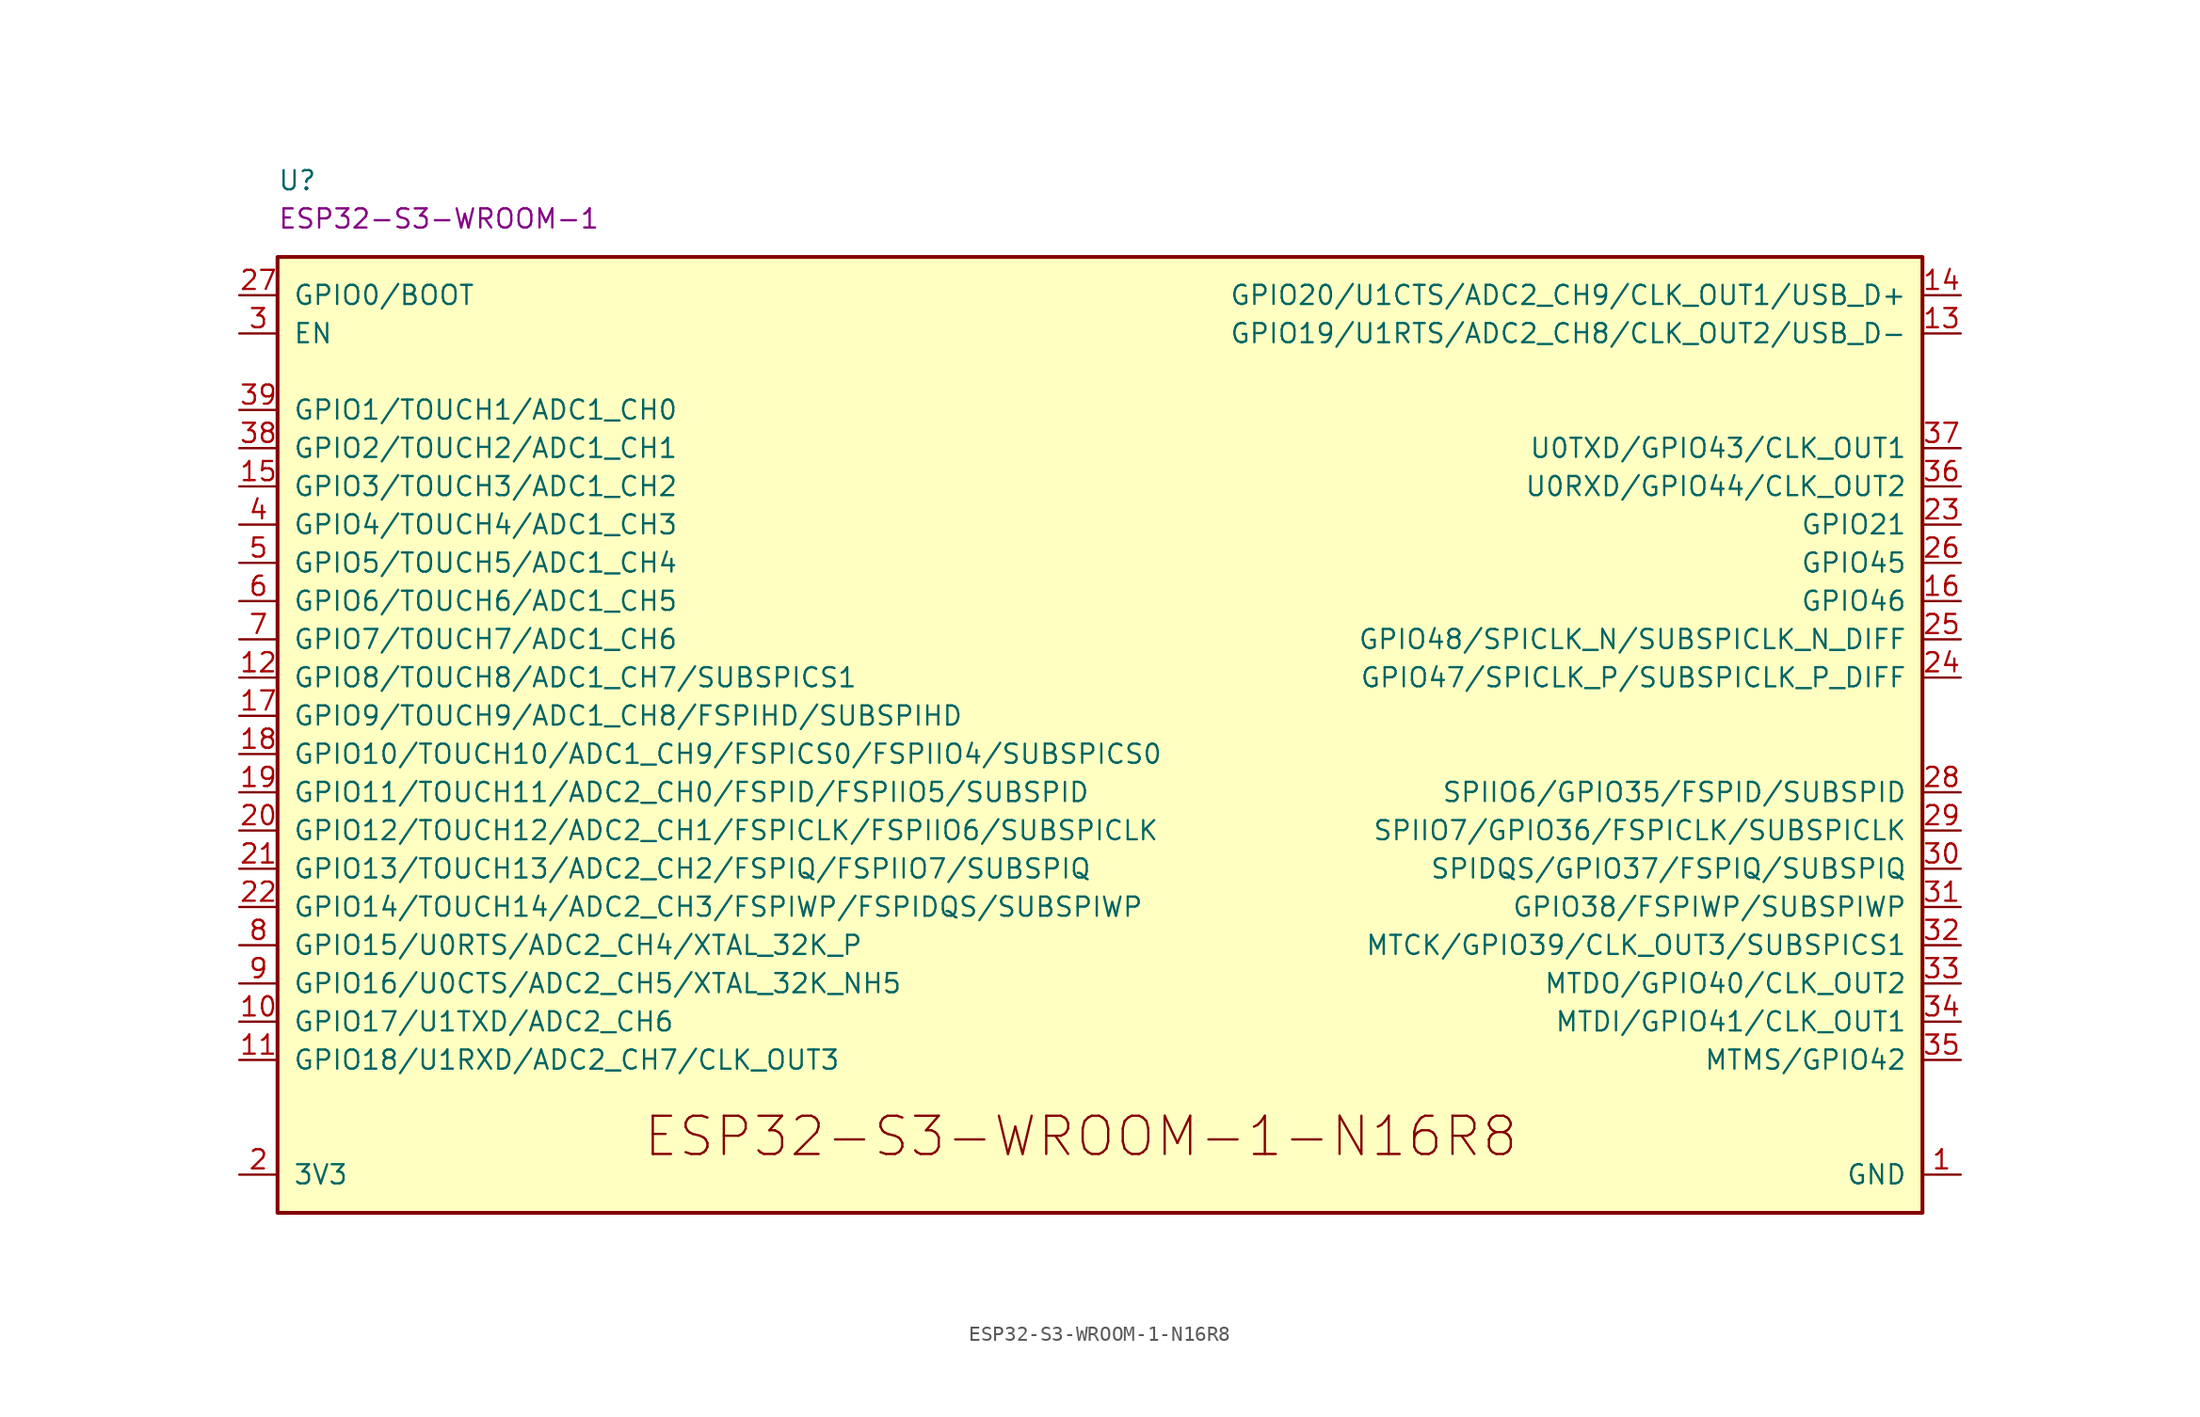
<source format=kicad_sym>
(kicad_symbol_lib
  (version 20220914)
  (generator kicad_symbol_editor)
  (symbol "ESP32-S3-WROOM-1-N16R8"
    (pin_names
      (offset 1.016))
    (property "Reference" "U"
      (at -53.34 38.1 0)
      (effects (font (size 1.27 1.27)) (justify left)))
    (property "UserValue" "ESP32-S3-WROOM-1"
      (at -53.34 35.56 0)
      (effects (font (size 1.27 1.27)) (justify left)))
    (symbol "ESP32-S3-WROOM-1-N16R8_0_0"
      (rectangle (start -53.34 33.02) (end 55.88 -30.48) (stroke (width 0.254) (type default)) (fill (type background)))
      (text "ESP32-S3-WROOM-1-N16R8" (at 0 -25.4 0) (effects (font (size 2.54 2.54))))
      (pin power_in line (at 58.42 -27.94 180) (length 2.54) (name "GND" (effects (font (size 1.27 1.27)))) (number "1" (effects (font (size 1.27 1.27)))))
      (pin bidirectional line (at -55.88 -17.78 0) (length 2.54) (name "GPIO17/U1TXD/ADC2_CH6" (effects (font (size 1.27 1.27)))) (number "10" (effects (font (size 1.27 1.27)))))
      (pin bidirectional line (at -55.88 -20.32 0) (length 2.54) (name "GPIO18/U1RXD/ADC2_CH7/CLK_OUT3" (effects (font (size 1.27 1.27)))) (number "11" (effects (font (size 1.27 1.27)))))
      (pin bidirectional line (at -55.88 5.08 0) (length 2.54) (name "GPIO8/TOUCH8/ADC1_CH7/SUBSPICS1" (effects (font (size 1.27 1.27)))) (number "12" (effects (font (size 1.27 1.27)))))
      (pin bidirectional line (at 58.42 27.94 180) (length 2.54) (name "GPIO19/U1RTS/ADC2_CH8/CLK_OUT2/USB_D-" (effects (font (size 1.27 1.27)))) (number "13" (effects (font (size 1.27 1.27)))))
      (pin bidirectional line (at 58.42 30.48 180) (length 2.54) (name "GPIO20/U1CTS/ADC2_CH9/CLK_OUT1/USB_D+" (effects (font (size 1.27 1.27)))) (number "14" (effects (font (size 1.27 1.27)))))
      (pin bidirectional line (at -55.88 17.78 0) (length 2.54) (name "GPIO3/TOUCH3/ADC1_CH2" (effects (font (size 1.27 1.27)))) (number "15" (effects (font (size 1.27 1.27)))))
      (pin bidirectional line (at 58.42 10.16 180) (length 2.54) (name "GPIO46" (effects (font (size 1.27 1.27)))) (number "16" (effects (font (size 1.27 1.27)))))
      (pin bidirectional line (at -55.88 2.54 0) (length 2.54) (name "GPIO9/TOUCH9/ADC1_CH8/FSPIHD/SUBSPIHD" (effects (font (size 1.27 1.27)))) (number "17" (effects (font (size 1.27 1.27)))))
      (pin bidirectional line (at -55.88 0 0) (length 2.54) (name "GPIO10/TOUCH10/ADC1_CH9/FSPICS0/FSPIIO4/SUBSPICS0" (effects (font (size 1.27 1.27)))) (number "18" (effects (font (size 1.27 1.27)))))
      (pin bidirectional line (at -55.88 -2.54 0) (length 2.54) (name "GPIO11/TOUCH11/ADC2_CH0/FSPID/FSPIIO5/SUBSPID" (effects (font (size 1.27 1.27)))) (number "19" (effects (font (size 1.27 1.27)))))
      (pin power_in line (at -55.88 -27.94 0) (length 2.54) (name "3V3" (effects (font (size 1.27 1.27)))) (number "2" (effects (font (size 1.27 1.27)))))
      (pin bidirectional line (at -55.88 -5.08 0) (length 2.54) (name "GPIO12/TOUCH12/ADC2_CH1/FSPICLK/FSPIIO6/SUBSPICLK" (effects (font (size 1.27 1.27)))) (number "20" (effects (font (size 1.27 1.27)))))
      (pin bidirectional line (at -55.88 -7.62 0) (length 2.54) (name "GPIO13/TOUCH13/ADC2_CH2/FSPIQ/FSPIIO7/SUBSPIQ" (effects (font (size 1.27 1.27)))) (number "21" (effects (font (size 1.27 1.27)))))
      (pin bidirectional line (at -55.88 -10.16 0) (length 2.54) (name "GPIO14/TOUCH14/ADC2_CH3/FSPIWP/FSPIDQS/SUBSPIWP" (effects (font (size 1.27 1.27)))) (number "22" (effects (font (size 1.27 1.27)))))
      (pin bidirectional line (at 58.42 15.24 180) (length 2.54) (name "GPIO21" (effects (font (size 1.27 1.27)))) (number "23" (effects (font (size 1.27 1.27)))))
      (pin bidirectional line (at 58.42 5.08 180) (length 2.54) (name "GPIO47/SPICLK_P/SUBSPICLK_P_DIFF" (effects (font (size 1.27 1.27)))) (number "24" (effects (font (size 1.27 1.27)))))
      (pin bidirectional line (at 58.42 7.62 180) (length 2.54) (name "GPIO48/SPICLK_N/SUBSPICLK_N_DIFF" (effects (font (size 1.27 1.27)))) (number "25" (effects (font (size 1.27 1.27)))))
      (pin bidirectional line (at 58.42 12.7 180) (length 2.54) (name "GPIO45" (effects (font (size 1.27 1.27)))) (number "26" (effects (font (size 1.27 1.27)))))
      (pin bidirectional line (at -55.88 30.48 0) (length 2.54) (name "GPIO0/BOOT" (effects (font (size 1.27 1.27)))) (number "27" (effects (font (size 1.27 1.27)))))
      (pin bidirectional line (at 58.42 -2.54 180) (length 2.54) (name "SPIIO6/GPIO35/FSPID/SUBSPID" (effects (font (size 1.27 1.27)))) (number "28" (effects (font (size 1.27 1.27)))))
      (pin bidirectional line (at 58.42 -5.08 180) (length 2.54) (name "SPIIO7/GPIO36/FSPICLK/SUBSPICLK" (effects (font (size 1.27 1.27)))) (number "29" (effects (font (size 1.27 1.27)))))
      (pin input line (at -55.88 27.94 0) (length 2.54) (name "EN" (effects (font (size 1.27 1.27)))) (number "3" (effects (font (size 1.27 1.27)))))
      (pin bidirectional line (at 58.42 -7.62 180) (length 2.54) (name "SPIDQS/GPIO37/FSPIQ/SUBSPIQ" (effects (font (size 1.27 1.27)))) (number "30" (effects (font (size 1.27 1.27)))))
      (pin bidirectional line (at 58.42 -10.16 180) (length 2.54) (name "GPIO38/FSPIWP/SUBSPIWP" (effects (font (size 1.27 1.27)))) (number "31" (effects (font (size 1.27 1.27)))))
      (pin bidirectional line (at 58.42 -12.7 180) (length 2.54) (name "MTCK/GPIO39/CLK_OUT3/SUBSPICS1" (effects (font (size 1.27 1.27)))) (number "32" (effects (font (size 1.27 1.27)))))
      (pin bidirectional line (at 58.42 -15.24 180) (length 2.54) (name "MTDO/GPIO40/CLK_OUT2" (effects (font (size 1.27 1.27)))) (number "33" (effects (font (size 1.27 1.27)))))
      (pin bidirectional line (at 58.42 -17.78 180) (length 2.54) (name "MTDI/GPIO41/CLK_OUT1" (effects (font (size 1.27 1.27)))) (number "34" (effects (font (size 1.27 1.27)))))
      (pin bidirectional line (at 58.42 -20.32 180) (length 2.54) (name "MTMS/GPIO42" (effects (font (size 1.27 1.27)))) (number "35" (effects (font (size 1.27 1.27)))))
      (pin bidirectional line (at 58.42 17.78 180) (length 2.54) (name "U0RXD/GPIO44/CLK_OUT2" (effects (font (size 1.27 1.27)))) (number "36" (effects (font (size 1.27 1.27)))))
      (pin bidirectional line (at 58.42 20.32 180) (length 2.54) (name "U0TXD/GPIO43/CLK_OUT1" (effects (font (size 1.27 1.27)))) (number "37" (effects (font (size 1.27 1.27)))))
      (pin bidirectional line (at -55.88 20.32 0) (length 2.54) (name "GPIO2/TOUCH2/ADC1_CH1" (effects (font (size 1.27 1.27)))) (number "38" (effects (font (size 1.27 1.27)))))
      (pin bidirectional line (at -55.88 22.86 0) (length 2.54) (name "GPIO1/TOUCH1/ADC1_CH0" (effects (font (size 1.27 1.27)))) (number "39" (effects (font (size 1.27 1.27)))))
      (pin bidirectional line (at -55.88 15.24 0) (length 2.54) (name "GPIO4/TOUCH4/ADC1_CH3" (effects (font (size 1.27 1.27)))) (number "4" (effects (font (size 1.27 1.27)))))
      (pin passive line (at 58.42 -27.94 180) (length 2.54) hide (name "GND" (effects (font (size 1.27 1.27)))) (number "40" (effects (font (size 1.27 1.27)))))
      (pin passive line (at 58.42 -27.94 180) (length 2.54) hide (name "GND" (effects (font (size 1.27 1.27)))) (number "41" (effects (font (size 1.27 1.27)))))
      (pin bidirectional line (at -55.88 12.7 0) (length 2.54) (name "GPIO5/TOUCH5/ADC1_CH4" (effects (font (size 1.27 1.27)))) (number "5" (effects (font (size 1.27 1.27)))))
      (pin bidirectional line (at -55.88 10.16 0) (length 2.54) (name "GPIO6/TOUCH6/ADC1_CH5" (effects (font (size 1.27 1.27)))) (number "6" (effects (font (size 1.27 1.27)))))
      (pin bidirectional line (at -55.88 7.62 0) (length 2.54) (name "GPIO7/TOUCH7/ADC1_CH6" (effects (font (size 1.27 1.27)))) (number "7" (effects (font (size 1.27 1.27)))))
      (pin bidirectional line (at -55.88 -12.7 0) (length 2.54) (name "GPIO15/U0RTS/ADC2_CH4/XTAL_32K_P" (effects (font (size 1.27 1.27)))) (number "8" (effects (font (size 1.27 1.27)))))
      (pin bidirectional line (at -55.88 -15.24 0) (length 2.54) (name "GPIO16/U0CTS/ADC2_CH5/XTAL_32K_NH5" (effects (font (size 1.27 1.27)))) (number "9" (effects (font (size 1.27 1.27))))))))
</source>
